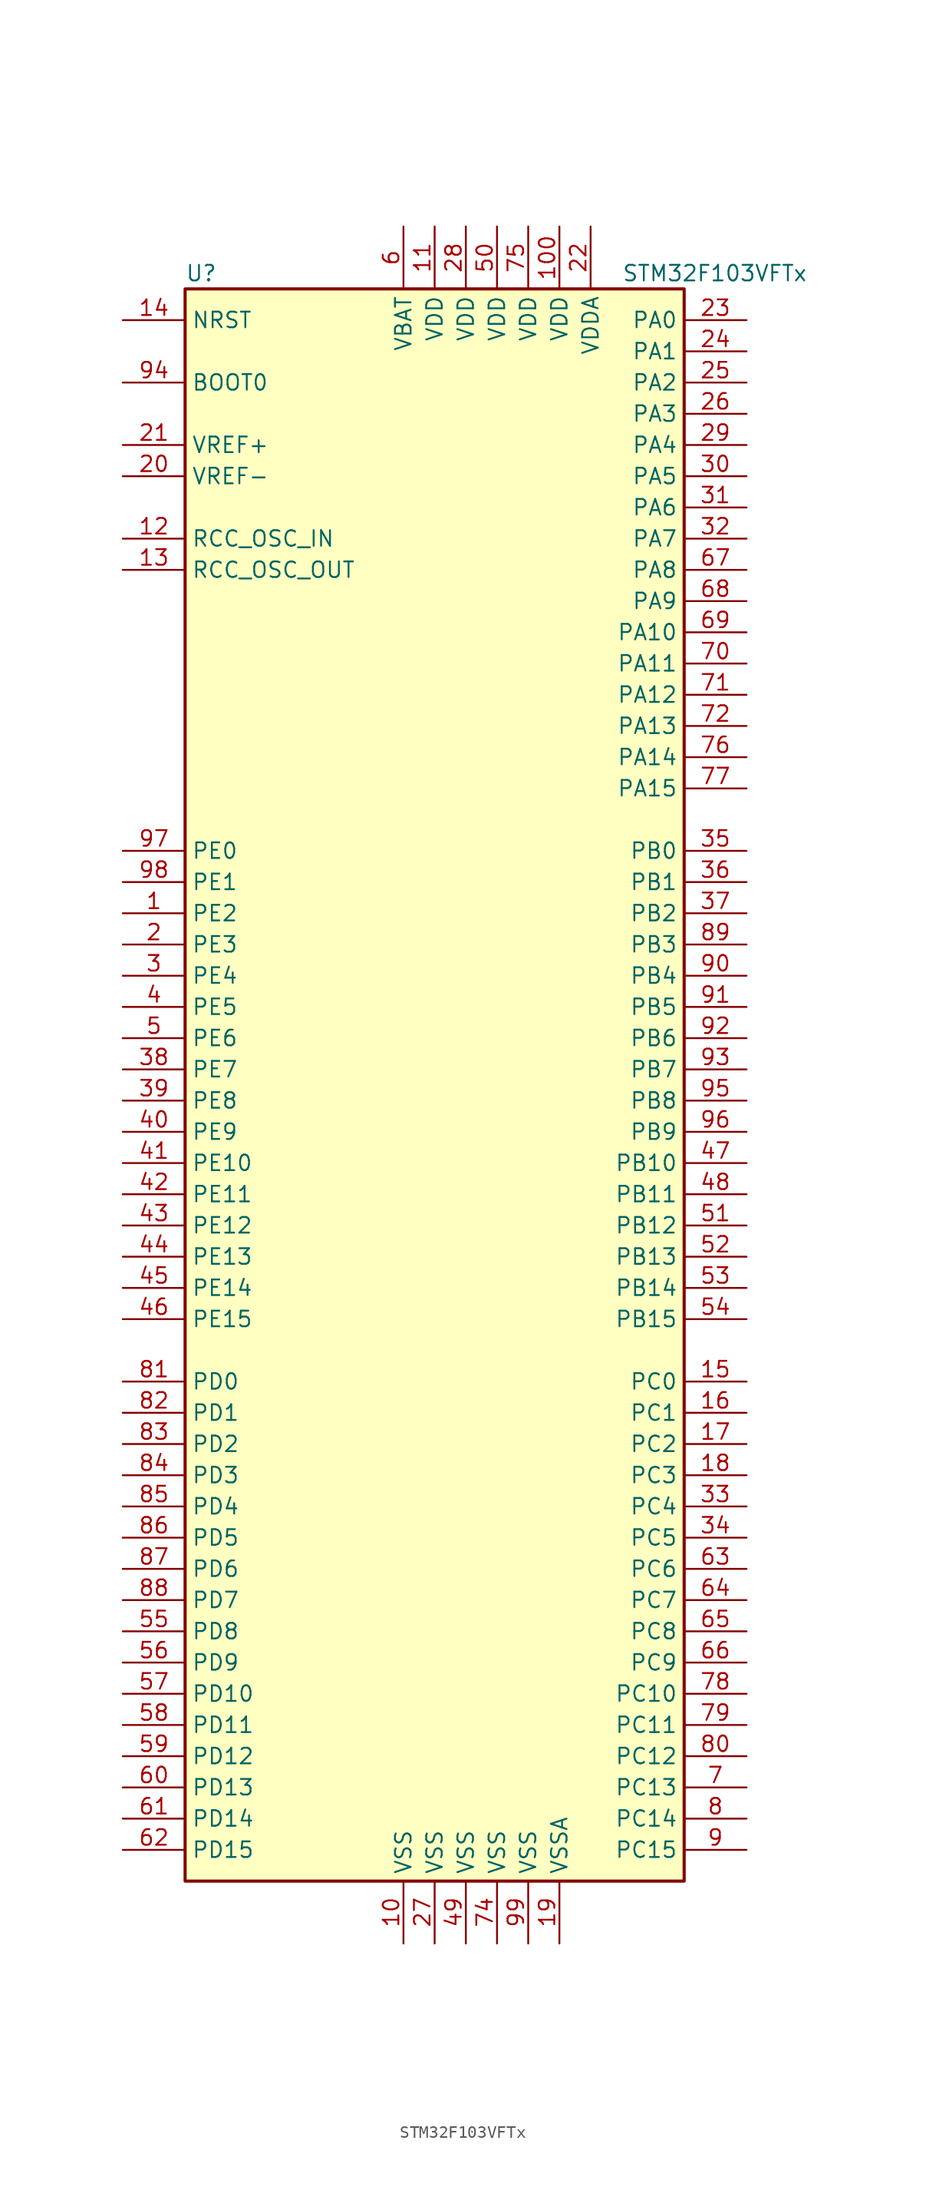
<source format=kicad_sym>
(kicad_symbol_lib
  (version 20201005)
  (generator kicad_symbol_editor)
  (symbol "STM32F103VFTx"
    (property "Reference" "U"
      (at -20.32 64.77 0)
      (effects (font (size 1.27 1.27)) (justify left)))
    (property "Value" "STM32F103VFTx"
      (at 15.24 64.77 0)
      (effects (font (size 1.27 1.27)) (justify left)))
    (symbol "STM32F103VFTx_0_1"
      (rectangle (start -20.32 -66.04) (end 20.32 63.5) (stroke (width 0.254)) (fill (type background))))
    (symbol "STM32F103VFTx_1_1"
      (pin input line (at -25.4 55.88 0) (length 5.08) (name "BOOT0" (effects (font (size 1.27 1.27)))) (number "94" (effects (font (size 1.27 1.27)))))
      (pin no_connect line (at -20.32 -63.5 0) (length 5.08) hide (name "NC" (effects (font (size 1.27 1.27)))) (number "73" (effects (font (size 1.27 1.27)))))
      (pin input line (at -25.4 60.96 0) (length 5.08) (name "NRST" (effects (font (size 1.27 1.27)))) (number "14" (effects (font (size 1.27 1.27)))))
      (pin bidirectional line (at 25.4 60.96 180) (length 5.08) (name "PA0" (effects (font (size 1.27 1.27)))) (number "23" (effects (font (size 1.27 1.27)))))
      (pin bidirectional line (at 25.4 58.42 180) (length 5.08) (name "PA1" (effects (font (size 1.27 1.27)))) (number "24" (effects (font (size 1.27 1.27)))))
      (pin bidirectional line (at 25.4 35.56 180) (length 5.08) (name "PA10" (effects (font (size 1.27 1.27)))) (number "69" (effects (font (size 1.27 1.27)))))
      (pin bidirectional line (at 25.4 33.02 180) (length 5.08) (name "PA11" (effects (font (size 1.27 1.27)))) (number "70" (effects (font (size 1.27 1.27)))))
      (pin bidirectional line (at 25.4 30.48 180) (length 5.08) (name "PA12" (effects (font (size 1.27 1.27)))) (number "71" (effects (font (size 1.27 1.27)))))
      (pin bidirectional line (at 25.4 27.94 180) (length 5.08) (name "PA13" (effects (font (size 1.27 1.27)))) (number "72" (effects (font (size 1.27 1.27)))))
      (pin bidirectional line (at 25.4 25.4 180) (length 5.08) (name "PA14" (effects (font (size 1.27 1.27)))) (number "76" (effects (font (size 1.27 1.27)))))
      (pin bidirectional line (at 25.4 22.86 180) (length 5.08) (name "PA15" (effects (font (size 1.27 1.27)))) (number "77" (effects (font (size 1.27 1.27)))))
      (pin bidirectional line (at 25.4 55.88 180) (length 5.08) (name "PA2" (effects (font (size 1.27 1.27)))) (number "25" (effects (font (size 1.27 1.27)))))
      (pin bidirectional line (at 25.4 53.34 180) (length 5.08) (name "PA3" (effects (font (size 1.27 1.27)))) (number "26" (effects (font (size 1.27 1.27)))))
      (pin bidirectional line (at 25.4 50.8 180) (length 5.08) (name "PA4" (effects (font (size 1.27 1.27)))) (number "29" (effects (font (size 1.27 1.27)))))
      (pin bidirectional line (at 25.4 48.26 180) (length 5.08) (name "PA5" (effects (font (size 1.27 1.27)))) (number "30" (effects (font (size 1.27 1.27)))))
      (pin bidirectional line (at 25.4 45.72 180) (length 5.08) (name "PA6" (effects (font (size 1.27 1.27)))) (number "31" (effects (font (size 1.27 1.27)))))
      (pin bidirectional line (at 25.4 43.18 180) (length 5.08) (name "PA7" (effects (font (size 1.27 1.27)))) (number "32" (effects (font (size 1.27 1.27)))))
      (pin bidirectional line (at 25.4 40.64 180) (length 5.08) (name "PA8" (effects (font (size 1.27 1.27)))) (number "67" (effects (font (size 1.27 1.27)))))
      (pin bidirectional line (at 25.4 38.1 180) (length 5.08) (name "PA9" (effects (font (size 1.27 1.27)))) (number "68" (effects (font (size 1.27 1.27)))))
      (pin bidirectional line (at 25.4 17.78 180) (length 5.08) (name "PB0" (effects (font (size 1.27 1.27)))) (number "35" (effects (font (size 1.27 1.27)))))
      (pin bidirectional line (at 25.4 15.24 180) (length 5.08) (name "PB1" (effects (font (size 1.27 1.27)))) (number "36" (effects (font (size 1.27 1.27)))))
      (pin bidirectional line (at 25.4 -7.62 180) (length 5.08) (name "PB10" (effects (font (size 1.27 1.27)))) (number "47" (effects (font (size 1.27 1.27)))))
      (pin bidirectional line (at 25.4 -10.16 180) (length 5.08) (name "PB11" (effects (font (size 1.27 1.27)))) (number "48" (effects (font (size 1.27 1.27)))))
      (pin bidirectional line (at 25.4 -12.7 180) (length 5.08) (name "PB12" (effects (font (size 1.27 1.27)))) (number "51" (effects (font (size 1.27 1.27)))))
      (pin bidirectional line (at 25.4 -15.24 180) (length 5.08) (name "PB13" (effects (font (size 1.27 1.27)))) (number "52" (effects (font (size 1.27 1.27)))))
      (pin bidirectional line (at 25.4 -17.78 180) (length 5.08) (name "PB14" (effects (font (size 1.27 1.27)))) (number "53" (effects (font (size 1.27 1.27)))))
      (pin bidirectional line (at 25.4 -20.32 180) (length 5.08) (name "PB15" (effects (font (size 1.27 1.27)))) (number "54" (effects (font (size 1.27 1.27)))))
      (pin bidirectional line (at 25.4 12.7 180) (length 5.08) (name "PB2" (effects (font (size 1.27 1.27)))) (number "37" (effects (font (size 1.27 1.27)))))
      (pin bidirectional line (at 25.4 10.16 180) (length 5.08) (name "PB3" (effects (font (size 1.27 1.27)))) (number "89" (effects (font (size 1.27 1.27)))))
      (pin bidirectional line (at 25.4 7.62 180) (length 5.08) (name "PB4" (effects (font (size 1.27 1.27)))) (number "90" (effects (font (size 1.27 1.27)))))
      (pin bidirectional line (at 25.4 5.08 180) (length 5.08) (name "PB5" (effects (font (size 1.27 1.27)))) (number "91" (effects (font (size 1.27 1.27)))))
      (pin bidirectional line (at 25.4 2.54 180) (length 5.08) (name "PB6" (effects (font (size 1.27 1.27)))) (number "92" (effects (font (size 1.27 1.27)))))
      (pin bidirectional line (at 25.4 0 180) (length 5.08) (name "PB7" (effects (font (size 1.27 1.27)))) (number "93" (effects (font (size 1.27 1.27)))))
      (pin bidirectional line (at 25.4 -2.54 180) (length 5.08) (name "PB8" (effects (font (size 1.27 1.27)))) (number "95" (effects (font (size 1.27 1.27)))))
      (pin bidirectional line (at 25.4 -5.08 180) (length 5.08) (name "PB9" (effects (font (size 1.27 1.27)))) (number "96" (effects (font (size 1.27 1.27)))))
      (pin bidirectional line (at 25.4 -25.4 180) (length 5.08) (name "PC0" (effects (font (size 1.27 1.27)))) (number "15" (effects (font (size 1.27 1.27)))))
      (pin bidirectional line (at 25.4 -27.94 180) (length 5.08) (name "PC1" (effects (font (size 1.27 1.27)))) (number "16" (effects (font (size 1.27 1.27)))))
      (pin bidirectional line (at 25.4 -50.8 180) (length 5.08) (name "PC10" (effects (font (size 1.27 1.27)))) (number "78" (effects (font (size 1.27 1.27)))))
      (pin bidirectional line (at 25.4 -53.34 180) (length 5.08) (name "PC11" (effects (font (size 1.27 1.27)))) (number "79" (effects (font (size 1.27 1.27)))))
      (pin bidirectional line (at 25.4 -55.88 180) (length 5.08) (name "PC12" (effects (font (size 1.27 1.27)))) (number "80" (effects (font (size 1.27 1.27)))))
      (pin bidirectional line (at 25.4 -58.42 180) (length 5.08) (name "PC13" (effects (font (size 1.27 1.27)))) (number "7" (effects (font (size 1.27 1.27)))))
      (pin bidirectional line (at 25.4 -60.96 180) (length 5.08) (name "PC14" (effects (font (size 1.27 1.27)))) (number "8" (effects (font (size 1.27 1.27)))))
      (pin bidirectional line (at 25.4 -63.5 180) (length 5.08) (name "PC15" (effects (font (size 1.27 1.27)))) (number "9" (effects (font (size 1.27 1.27)))))
      (pin bidirectional line (at 25.4 -30.48 180) (length 5.08) (name "PC2" (effects (font (size 1.27 1.27)))) (number "17" (effects (font (size 1.27 1.27)))))
      (pin bidirectional line (at 25.4 -33.02 180) (length 5.08) (name "PC3" (effects (font (size 1.27 1.27)))) (number "18" (effects (font (size 1.27 1.27)))))
      (pin bidirectional line (at 25.4 -35.56 180) (length 5.08) (name "PC4" (effects (font (size 1.27 1.27)))) (number "33" (effects (font (size 1.27 1.27)))))
      (pin bidirectional line (at 25.4 -38.1 180) (length 5.08) (name "PC5" (effects (font (size 1.27 1.27)))) (number "34" (effects (font (size 1.27 1.27)))))
      (pin bidirectional line (at 25.4 -40.64 180) (length 5.08) (name "PC6" (effects (font (size 1.27 1.27)))) (number "63" (effects (font (size 1.27 1.27)))))
      (pin bidirectional line (at 25.4 -43.18 180) (length 5.08) (name "PC7" (effects (font (size 1.27 1.27)))) (number "64" (effects (font (size 1.27 1.27)))))
      (pin bidirectional line (at 25.4 -45.72 180) (length 5.08) (name "PC8" (effects (font (size 1.27 1.27)))) (number "65" (effects (font (size 1.27 1.27)))))
      (pin bidirectional line (at 25.4 -48.26 180) (length 5.08) (name "PC9" (effects (font (size 1.27 1.27)))) (number "66" (effects (font (size 1.27 1.27)))))
      (pin bidirectional line (at -25.4 -25.4 0) (length 5.08) (name "PD0" (effects (font (size 1.27 1.27)))) (number "81" (effects (font (size 1.27 1.27)))))
      (pin bidirectional line (at -25.4 -27.94 0) (length 5.08) (name "PD1" (effects (font (size 1.27 1.27)))) (number "82" (effects (font (size 1.27 1.27)))))
      (pin bidirectional line (at -25.4 -50.8 0) (length 5.08) (name "PD10" (effects (font (size 1.27 1.27)))) (number "57" (effects (font (size 1.27 1.27)))))
      (pin bidirectional line (at -25.4 -53.34 0) (length 5.08) (name "PD11" (effects (font (size 1.27 1.27)))) (number "58" (effects (font (size 1.27 1.27)))))
      (pin bidirectional line (at -25.4 -55.88 0) (length 5.08) (name "PD12" (effects (font (size 1.27 1.27)))) (number "59" (effects (font (size 1.27 1.27)))))
      (pin bidirectional line (at -25.4 -58.42 0) (length 5.08) (name "PD13" (effects (font (size 1.27 1.27)))) (number "60" (effects (font (size 1.27 1.27)))))
      (pin bidirectional line (at -25.4 -60.96 0) (length 5.08) (name "PD14" (effects (font (size 1.27 1.27)))) (number "61" (effects (font (size 1.27 1.27)))))
      (pin bidirectional line (at -25.4 -63.5 0) (length 5.08) (name "PD15" (effects (font (size 1.27 1.27)))) (number "62" (effects (font (size 1.27 1.27)))))
      (pin bidirectional line (at -25.4 -30.48 0) (length 5.08) (name "PD2" (effects (font (size 1.27 1.27)))) (number "83" (effects (font (size 1.27 1.27)))))
      (pin bidirectional line (at -25.4 -33.02 0) (length 5.08) (name "PD3" (effects (font (size 1.27 1.27)))) (number "84" (effects (font (size 1.27 1.27)))))
      (pin bidirectional line (at -25.4 -35.56 0) (length 5.08) (name "PD4" (effects (font (size 1.27 1.27)))) (number "85" (effects (font (size 1.27 1.27)))))
      (pin bidirectional line (at -25.4 -38.1 0) (length 5.08) (name "PD5" (effects (font (size 1.27 1.27)))) (number "86" (effects (font (size 1.27 1.27)))))
      (pin bidirectional line (at -25.4 -40.64 0) (length 5.08) (name "PD6" (effects (font (size 1.27 1.27)))) (number "87" (effects (font (size 1.27 1.27)))))
      (pin bidirectional line (at -25.4 -43.18 0) (length 5.08) (name "PD7" (effects (font (size 1.27 1.27)))) (number "88" (effects (font (size 1.27 1.27)))))
      (pin bidirectional line (at -25.4 -45.72 0) (length 5.08) (name "PD8" (effects (font (size 1.27 1.27)))) (number "55" (effects (font (size 1.27 1.27)))))
      (pin bidirectional line (at -25.4 -48.26 0) (length 5.08) (name "PD9" (effects (font (size 1.27 1.27)))) (number "56" (effects (font (size 1.27 1.27)))))
      (pin bidirectional line (at -25.4 17.78 0) (length 5.08) (name "PE0" (effects (font (size 1.27 1.27)))) (number "97" (effects (font (size 1.27 1.27)))))
      (pin bidirectional line (at -25.4 15.24 0) (length 5.08) (name "PE1" (effects (font (size 1.27 1.27)))) (number "98" (effects (font (size 1.27 1.27)))))
      (pin bidirectional line (at -25.4 -7.62 0) (length 5.08) (name "PE10" (effects (font (size 1.27 1.27)))) (number "41" (effects (font (size 1.27 1.27)))))
      (pin bidirectional line (at -25.4 -10.16 0) (length 5.08) (name "PE11" (effects (font (size 1.27 1.27)))) (number "42" (effects (font (size 1.27 1.27)))))
      (pin bidirectional line (at -25.4 -12.7 0) (length 5.08) (name "PE12" (effects (font (size 1.27 1.27)))) (number "43" (effects (font (size 1.27 1.27)))))
      (pin bidirectional line (at -25.4 -15.24 0) (length 5.08) (name "PE13" (effects (font (size 1.27 1.27)))) (number "44" (effects (font (size 1.27 1.27)))))
      (pin bidirectional line (at -25.4 -17.78 0) (length 5.08) (name "PE14" (effects (font (size 1.27 1.27)))) (number "45" (effects (font (size 1.27 1.27)))))
      (pin bidirectional line (at -25.4 -20.32 0) (length 5.08) (name "PE15" (effects (font (size 1.27 1.27)))) (number "46" (effects (font (size 1.27 1.27)))))
      (pin bidirectional line (at -25.4 12.7 0) (length 5.08) (name "PE2" (effects (font (size 1.27 1.27)))) (number "1" (effects (font (size 1.27 1.27)))))
      (pin bidirectional line (at -25.4 10.16 0) (length 5.08) (name "PE3" (effects (font (size 1.27 1.27)))) (number "2" (effects (font (size 1.27 1.27)))))
      (pin bidirectional line (at -25.4 7.62 0) (length 5.08) (name "PE4" (effects (font (size 1.27 1.27)))) (number "3" (effects (font (size 1.27 1.27)))))
      (pin bidirectional line (at -25.4 5.08 0) (length 5.08) (name "PE5" (effects (font (size 1.27 1.27)))) (number "4" (effects (font (size 1.27 1.27)))))
      (pin bidirectional line (at -25.4 2.54 0) (length 5.08) (name "PE6" (effects (font (size 1.27 1.27)))) (number "5" (effects (font (size 1.27 1.27)))))
      (pin bidirectional line (at -25.4 0 0) (length 5.08) (name "PE7" (effects (font (size 1.27 1.27)))) (number "38" (effects (font (size 1.27 1.27)))))
      (pin bidirectional line (at -25.4 -2.54 0) (length 5.08) (name "PE8" (effects (font (size 1.27 1.27)))) (number "39" (effects (font (size 1.27 1.27)))))
      (pin bidirectional line (at -25.4 -5.08 0) (length 5.08) (name "PE9" (effects (font (size 1.27 1.27)))) (number "40" (effects (font (size 1.27 1.27)))))
      (pin input line (at -25.4 43.18 0) (length 5.08) (name "RCC_OSC_IN" (effects (font (size 1.27 1.27)))) (number "12" (effects (font (size 1.27 1.27)))))
      (pin input line (at -25.4 40.64 0) (length 5.08) (name "RCC_OSC_OUT" (effects (font (size 1.27 1.27)))) (number "13" (effects (font (size 1.27 1.27)))))
      (pin power_in line (at -2.54 68.58 270) (length 5.08) (name "VBAT" (effects (font (size 1.27 1.27)))) (number "6" (effects (font (size 1.27 1.27)))))
      (pin power_in line (at 10.16 68.58 270) (length 5.08) (name "VDD" (effects (font (size 1.27 1.27)))) (number "100" (effects (font (size 1.27 1.27)))))
      (pin power_in line (at 0 68.58 270) (length 5.08) (name "VDD" (effects (font (size 1.27 1.27)))) (number "11" (effects (font (size 1.27 1.27)))))
      (pin power_in line (at 2.54 68.58 270) (length 5.08) (name "VDD" (effects (font (size 1.27 1.27)))) (number "28" (effects (font (size 1.27 1.27)))))
      (pin power_in line (at 5.08 68.58 270) (length 5.08) (name "VDD" (effects (font (size 1.27 1.27)))) (number "50" (effects (font (size 1.27 1.27)))))
      (pin power_in line (at 7.62 68.58 270) (length 5.08) (name "VDD" (effects (font (size 1.27 1.27)))) (number "75" (effects (font (size 1.27 1.27)))))
      (pin power_in line (at 12.7 68.58 270) (length 5.08) (name "VDDA" (effects (font (size 1.27 1.27)))) (number "22" (effects (font (size 1.27 1.27)))))
      (pin power_in line (at -25.4 50.8 0) (length 5.08) (name "VREF+" (effects (font (size 1.27 1.27)))) (number "21" (effects (font (size 1.27 1.27)))))
      (pin power_in line (at -25.4 48.26 0) (length 5.08) (name "VREF-" (effects (font (size 1.27 1.27)))) (number "20" (effects (font (size 1.27 1.27)))))
      (pin power_in line (at -2.54 -71.12 90) (length 5.08) (name "VSS" (effects (font (size 1.27 1.27)))) (number "10" (effects (font (size 1.27 1.27)))))
      (pin power_in line (at 0 -71.12 90) (length 5.08) (name "VSS" (effects (font (size 1.27 1.27)))) (number "27" (effects (font (size 1.27 1.27)))))
      (pin power_in line (at 2.54 -71.12 90) (length 5.08) (name "VSS" (effects (font (size 1.27 1.27)))) (number "49" (effects (font (size 1.27 1.27)))))
      (pin power_in line (at 5.08 -71.12 90) (length 5.08) (name "VSS" (effects (font (size 1.27 1.27)))) (number "74" (effects (font (size 1.27 1.27)))))
      (pin power_in line (at 7.62 -71.12 90) (length 5.08) (name "VSS" (effects (font (size 1.27 1.27)))) (number "99" (effects (font (size 1.27 1.27)))))
      (pin power_in line (at 10.16 -71.12 90) (length 5.08) (name "VSSA" (effects (font (size 1.27 1.27)))) (number "19" (effects (font (size 1.27 1.27))))))))
</source>
